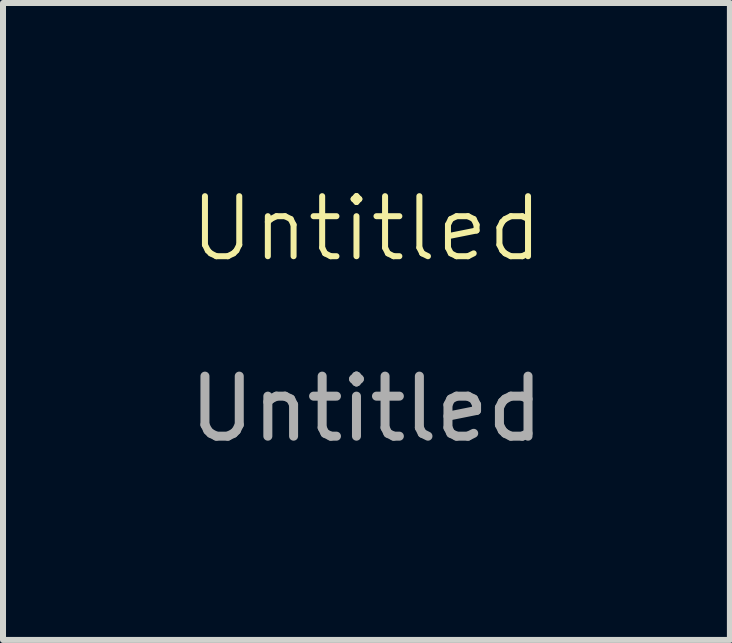
<source format=kicad_pcb>
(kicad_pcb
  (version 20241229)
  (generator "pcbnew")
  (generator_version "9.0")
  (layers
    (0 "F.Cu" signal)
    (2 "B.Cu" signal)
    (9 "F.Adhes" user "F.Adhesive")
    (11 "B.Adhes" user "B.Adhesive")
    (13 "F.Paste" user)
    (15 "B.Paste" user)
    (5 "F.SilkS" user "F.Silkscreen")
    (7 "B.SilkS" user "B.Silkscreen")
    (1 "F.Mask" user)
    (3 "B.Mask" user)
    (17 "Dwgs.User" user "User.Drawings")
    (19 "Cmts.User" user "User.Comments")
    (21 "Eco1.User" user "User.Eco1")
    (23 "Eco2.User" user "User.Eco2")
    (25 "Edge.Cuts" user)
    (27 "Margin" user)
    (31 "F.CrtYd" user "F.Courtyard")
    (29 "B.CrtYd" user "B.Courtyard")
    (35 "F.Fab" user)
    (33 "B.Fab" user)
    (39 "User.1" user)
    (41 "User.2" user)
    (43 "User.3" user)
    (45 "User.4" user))
  (footprint "Untitled"
    (layer "F.Cu")
    (at 3.054 1.26)
    (property "Reference" "Untitled" (at 0 -0.5 0) (unlocked yes) (layer "F.SilkS") (effects (font (size 1 1) (thickness 0.1))))
    (attr exclude_from_pos_files exclude_from_bom allow_missing_courtyard)
    (fp_text user "${REFERENCE}" (at 0 2.5 0) (unlocked yes) (layer "F.Fab") (effects (font (size 1 1) (thickness 0.15)))))
  (gr_rect
    (start -3 -3)
    (end 9.107 7.609)
    (stroke (width 0.1) (type default))
    (fill no)
    (layer "Edge.Cuts")))
</source>
